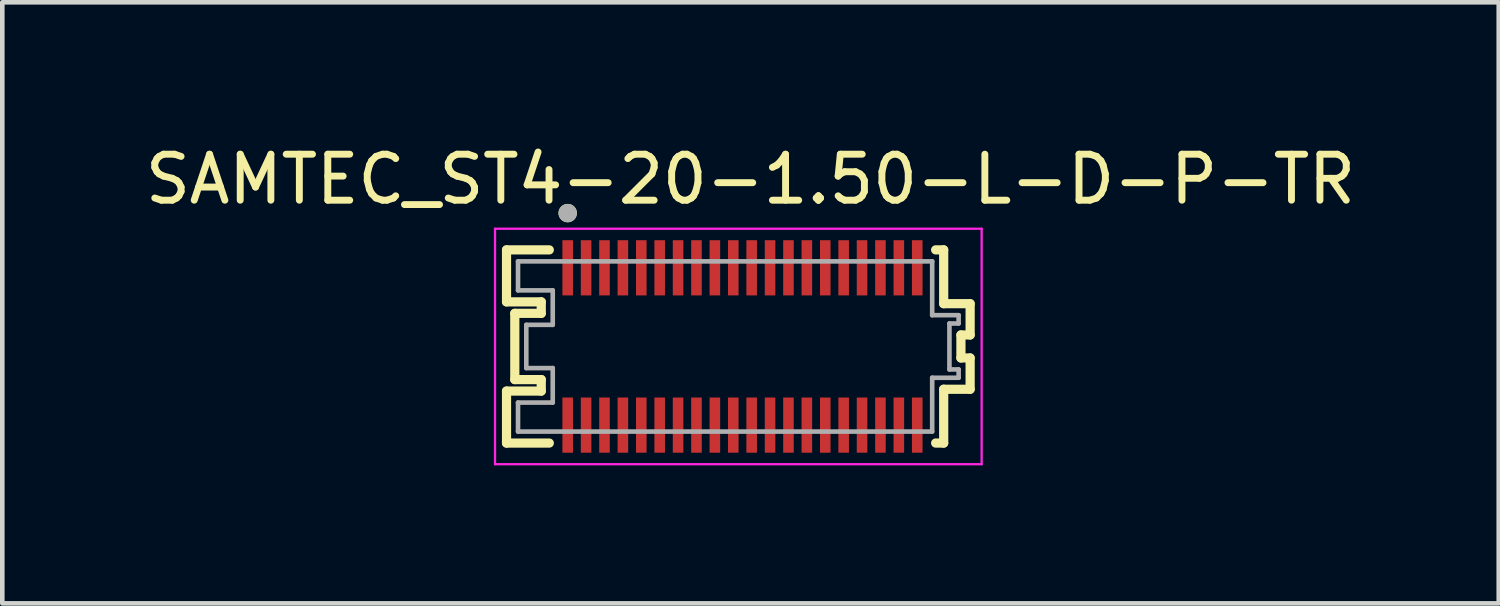
<source format=kicad_pcb>
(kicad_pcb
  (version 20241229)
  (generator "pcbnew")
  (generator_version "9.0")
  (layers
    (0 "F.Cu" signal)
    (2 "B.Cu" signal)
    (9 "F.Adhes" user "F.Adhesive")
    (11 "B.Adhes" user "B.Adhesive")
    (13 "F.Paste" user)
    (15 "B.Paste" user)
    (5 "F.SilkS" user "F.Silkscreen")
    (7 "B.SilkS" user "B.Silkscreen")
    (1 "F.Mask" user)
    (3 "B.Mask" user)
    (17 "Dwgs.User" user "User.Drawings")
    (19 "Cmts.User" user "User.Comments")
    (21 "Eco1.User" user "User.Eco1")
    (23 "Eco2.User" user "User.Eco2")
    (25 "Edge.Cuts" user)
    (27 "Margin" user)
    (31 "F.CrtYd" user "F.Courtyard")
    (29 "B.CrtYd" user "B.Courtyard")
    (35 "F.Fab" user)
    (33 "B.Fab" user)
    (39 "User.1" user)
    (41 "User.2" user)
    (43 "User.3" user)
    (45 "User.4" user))
  (footprint "SAMTEC_ST4-20-1.50-L-D-P-TR"
    (layer "F.Cu")
    (at 13.093 4.483)
    (property "Reference" "SAMTEC_ST4-20-1.50-L-D-P-TR" (at 0.175 -3.635 0) (layer "F.SilkS") (effects (font (size 1 1) (thickness 0.15))))
    (attr smd)
    (fp_line (start -5.13 -2.1) (end -4.2 -2.1) (stroke (width 0.2) (type solid)) (layer "F.SilkS"))
    (fp_line (start -5.13 -0.97) (end -5.13 -2.1) (stroke (width 0.2) (type solid)) (layer "F.SilkS"))
    (fp_line (start -5.13 0.97) (end -4.375 0.97) (stroke (width 0.2) (type solid)) (layer "F.SilkS"))
    (fp_line (start -5.13 2.1) (end -5.13 0.97) (stroke (width 0.2) (type solid)) (layer "F.SilkS"))
    (fp_line (start -4.95 -0.72) (end -4.375 -0.72) (stroke (width 0.2) (type solid)) (layer "F.SilkS"))
    (fp_line (start -4.95 0.72) (end -4.95 -0.72) (stroke (width 0.2) (type solid)) (layer "F.SilkS"))
    (fp_line (start -4.375 -0.97) (end -5.13 -0.97) (stroke (width 0.2) (type solid)) (layer "F.SilkS"))
    (fp_line (start -4.375 -0.72) (end -4.375 -0.97) (stroke (width 0.2) (type solid)) (layer "F.SilkS"))
    (fp_line (start -4.375 0.72) (end -4.95 0.72) (stroke (width 0.2) (type solid)) (layer "F.SilkS"))
    (fp_line (start -4.375 0.97) (end -4.375 0.72) (stroke (width 0.2) (type solid)) (layer "F.SilkS"))
    (fp_line (start -4.2 2.1) (end -5.13 2.1) (stroke (width 0.2) (type solid)) (layer "F.SilkS"))
    (fp_line (start 4.2 -2.1) (end 4.375 -2.1) (stroke (width 0.2) (type solid)) (layer "F.SilkS"))
    (fp_line (start 4.2 2.1) (end 4.375 2.1) (stroke (width 0.2) (type solid)) (layer "F.SilkS"))
    (fp_line (start 4.375 -2.1) (end 4.375 -0.93) (stroke (width 0.2) (type solid)) (layer "F.SilkS"))
    (fp_line (start 4.375 -0.93) (end 4.95 -0.93) (stroke (width 0.2) (type solid)) (layer "F.SilkS"))
    (fp_line (start 4.375 0.93) (end 4.375 2.1) (stroke (width 0.2) (type solid)) (layer "F.SilkS"))
    (fp_line (start 4.75 -0.25) (end 4.75 0.25) (stroke (width 0.2) (type solid)) (layer "F.SilkS"))
    (fp_line (start 4.75 0.25) (end 4.95 0.25) (stroke (width 0.2) (type solid)) (layer "F.SilkS"))
    (fp_line (start 4.95 -0.93) (end 4.95 -0.25) (stroke (width 0.2) (type solid)) (layer "F.SilkS"))
    (fp_line (start 4.95 -0.25) (end 4.75 -0.25) (stroke (width 0.2) (type solid)) (layer "F.SilkS"))
    (fp_line (start 4.95 0.25) (end 4.95 0.93) (stroke (width 0.2) (type solid)) (layer "F.SilkS"))
    (fp_line (start 4.95 0.93) (end 4.375 0.93) (stroke (width 0.2) (type solid)) (layer "F.SilkS"))
    (fp_circle (center -3.8 -2.9) (end -3.7 -2.9) (stroke (width 0.2) (type solid)) (fill no) (layer "F.SilkS"))
    (fp_poly (pts (xy -3.9 -2.31) (xy -3.7 -2.31) (xy -3.7 -1.11) (xy -3.9 -1.11)) (stroke (width 0.01) (type solid)) (fill yes) (layer "F.Paste"))
    (fp_poly (pts (xy -3.9 1.11) (xy -3.7 1.11) (xy -3.7 2.31) (xy -3.9 2.31)) (stroke (width 0.01) (type solid)) (fill yes) (layer "F.Paste"))
    (fp_poly (pts (xy -3.5 -2.31) (xy -3.3 -2.31) (xy -3.3 -1.11) (xy -3.5 -1.11)) (stroke (width 0.01) (type solid)) (fill yes) (layer "F.Paste"))
    (fp_poly (pts (xy -3.5 1.11) (xy -3.3 1.11) (xy -3.3 2.31) (xy -3.5 2.31)) (stroke (width 0.01) (type solid)) (fill yes) (layer "F.Paste"))
    (fp_poly (pts (xy -3.1 -2.31) (xy -2.9 -2.31) (xy -2.9 -1.11) (xy -3.1 -1.11)) (stroke (width 0.01) (type solid)) (fill yes) (layer "F.Paste"))
    (fp_poly (pts (xy -3.1 1.11) (xy -2.9 1.11) (xy -2.9 2.31) (xy -3.1 2.31)) (stroke (width 0.01) (type solid)) (fill yes) (layer "F.Paste"))
    (fp_poly (pts (xy -2.7 -2.31) (xy -2.5 -2.31) (xy -2.5 -1.11) (xy -2.7 -1.11)) (stroke (width 0.01) (type solid)) (fill yes) (layer "F.Paste"))
    (fp_poly (pts (xy -2.7 1.11) (xy -2.5 1.11) (xy -2.5 2.31) (xy -2.7 2.31)) (stroke (width 0.01) (type solid)) (fill yes) (layer "F.Paste"))
    (fp_poly (pts (xy -2.7 1.11) (xy -2.5 1.11) (xy -2.5 2.31) (xy -2.7 2.31)) (stroke (width 0.01) (type solid)) (fill yes) (layer "F.Paste"))
    (fp_poly (pts (xy -2.3 -2.31) (xy -2.1 -2.31) (xy -2.1 -1.11) (xy -2.3 -1.11)) (stroke (width 0.01) (type solid)) (fill yes) (layer "F.Paste"))
    (fp_poly (pts (xy -2.3 1.11) (xy -2.1 1.11) (xy -2.1 2.31) (xy -2.3 2.31)) (stroke (width 0.01) (type solid)) (fill yes) (layer "F.Paste"))
    (fp_poly (pts (xy -1.9 -2.31) (xy -1.7 -2.31) (xy -1.7 -1.11) (xy -1.9 -1.11)) (stroke (width 0.01) (type solid)) (fill yes) (layer "F.Paste"))
    (fp_poly (pts (xy -1.9 1.11) (xy -1.7 1.11) (xy -1.7 2.31) (xy -1.9 2.31)) (stroke (width 0.01) (type solid)) (fill yes) (layer "F.Paste"))
    (fp_poly (pts (xy -1.5 -2.31) (xy -1.3 -2.31) (xy -1.3 -1.11) (xy -1.5 -1.11)) (stroke (width 0.01) (type solid)) (fill yes) (layer "F.Paste"))
    (fp_poly (pts (xy -1.5 1.11) (xy -1.3 1.11) (xy -1.3 2.31) (xy -1.5 2.31)) (stroke (width 0.01) (type solid)) (fill yes) (layer "F.Paste"))
    (fp_poly (pts (xy -1.1 -2.31) (xy -0.9 -2.31) (xy -0.9 -1.11) (xy -1.1 -1.11)) (stroke (width 0.01) (type solid)) (fill yes) (layer "F.Paste"))
    (fp_poly (pts (xy -1.1 1.11) (xy -0.9 1.11) (xy -0.9 2.31) (xy -1.1 2.31)) (stroke (width 0.01) (type solid)) (fill yes) (layer "F.Paste"))
    (fp_poly (pts (xy -0.7 -2.31) (xy -0.5 -2.31) (xy -0.5 -1.11) (xy -0.7 -1.11)) (stroke (width 0.01) (type solid)) (fill yes) (layer "F.Paste"))
    (fp_poly (pts (xy -0.7 1.11) (xy -0.5 1.11) (xy -0.5 2.31) (xy -0.7 2.31)) (stroke (width 0.01) (type solid)) (fill yes) (layer "F.Paste"))
    (fp_poly (pts (xy -0.3 -2.31) (xy -0.1 -2.31) (xy -0.1 -1.11) (xy -0.3 -1.11)) (stroke (width 0.01) (type solid)) (fill yes) (layer "F.Paste"))
    (fp_poly (pts (xy -0.3 1.11) (xy -0.1 1.11) (xy -0.1 2.31) (xy -0.3 2.31)) (stroke (width 0.01) (type solid)) (fill yes) (layer "F.Paste"))
    (fp_poly (pts (xy 0.1 -2.31) (xy 0.3 -2.31) (xy 0.3 -1.11) (xy 0.1 -1.11)) (stroke (width 0.01) (type solid)) (fill yes) (layer "F.Paste"))
    (fp_poly (pts (xy 0.1 1.11) (xy 0.3 1.11) (xy 0.3 2.31) (xy 0.1 2.31)) (stroke (width 0.01) (type solid)) (fill yes) (layer "F.Paste"))
    (fp_poly (pts (xy 0.5 -2.31) (xy 0.7 -2.31) (xy 0.7 -1.11) (xy 0.5 -1.11)) (stroke (width 0.01) (type solid)) (fill yes) (layer "F.Paste"))
    (fp_poly (pts (xy 0.5 1.11) (xy 0.7 1.11) (xy 0.7 2.31) (xy 0.5 2.31)) (stroke (width 0.01) (type solid)) (fill yes) (layer "F.Paste"))
    (fp_poly (pts (xy 0.9 -2.31) (xy 1.1 -2.31) (xy 1.1 -1.11) (xy 0.9 -1.11)) (stroke (width 0.01) (type solid)) (fill yes) (layer "F.Paste"))
    (fp_poly (pts (xy 0.9 1.11) (xy 1.1 1.11) (xy 1.1 2.31) (xy 0.9 2.31)) (stroke (width 0.01) (type solid)) (fill yes) (layer "F.Paste"))
    (fp_poly (pts (xy 1.3 -2.31) (xy 1.5 -2.31) (xy 1.5 -1.11) (xy 1.3 -1.11)) (stroke (width 0.01) (type solid)) (fill yes) (layer "F.Paste"))
    (fp_poly (pts (xy 1.3 1.11) (xy 1.5 1.11) (xy 1.5 2.31) (xy 1.3 2.31)) (stroke (width 0.01) (type solid)) (fill yes) (layer "F.Paste"))
    (fp_poly (pts (xy 1.7 -2.31) (xy 1.9 -2.31) (xy 1.9 -1.11) (xy 1.7 -1.11)) (stroke (width 0.01) (type solid)) (fill yes) (layer "F.Paste"))
    (fp_poly (pts (xy 1.7 1.11) (xy 1.9 1.11) (xy 1.9 2.31) (xy 1.7 2.31)) (stroke (width 0.01) (type solid)) (fill yes) (layer "F.Paste"))
    (fp_poly (pts (xy 2.1 -2.31) (xy 2.3 -2.31) (xy 2.3 -1.11) (xy 2.1 -1.11)) (stroke (width 0.01) (type solid)) (fill yes) (layer "F.Paste"))
    (fp_poly (pts (xy 2.1 1.11) (xy 2.3 1.11) (xy 2.3 2.31) (xy 2.1 2.31)) (stroke (width 0.01) (type solid)) (fill yes) (layer "F.Paste"))
    (fp_poly (pts (xy 2.5 -2.31) (xy 2.7 -2.31) (xy 2.7 -1.11) (xy 2.5 -1.11)) (stroke (width 0.01) (type solid)) (fill yes) (layer "F.Paste"))
    (fp_poly (pts (xy 2.5 -2.31) (xy 2.7 -2.31) (xy 2.7 -1.11) (xy 2.5 -1.11)) (stroke (width 0.01) (type solid)) (fill yes) (layer "F.Paste"))
    (fp_poly (pts (xy 2.5 1.11) (xy 2.7 1.11) (xy 2.7 2.31) (xy 2.5 2.31)) (stroke (width 0.01) (type solid)) (fill yes) (layer "F.Paste"))
    (fp_poly (pts (xy 2.9 -2.31) (xy 3.1 -2.31) (xy 3.1 -1.11) (xy 2.9 -1.11)) (stroke (width 0.01) (type solid)) (fill yes) (layer "F.Paste"))
    (fp_poly (pts (xy 2.9 1.11) (xy 3.1 1.11) (xy 3.1 2.31) (xy 2.9 2.31)) (stroke (width 0.01) (type solid)) (fill yes) (layer "F.Paste"))
    (fp_poly (pts (xy 3.3 -2.31) (xy 3.5 -2.31) (xy 3.5 -1.11) (xy 3.3 -1.11)) (stroke (width 0.01) (type solid)) (fill yes) (layer "F.Paste"))
    (fp_poly (pts (xy 3.3 1.11) (xy 3.5 1.11) (xy 3.5 2.31) (xy 3.3 2.31)) (stroke (width 0.01) (type solid)) (fill yes) (layer "F.Paste"))
    (fp_poly (pts (xy 3.7 -2.31) (xy 3.9 -2.31) (xy 3.9 -1.11) (xy 3.7 -1.11)) (stroke (width 0.01) (type solid)) (fill yes) (layer "F.Paste"))
    (fp_poly (pts (xy 3.7 1.11) (xy 3.9 1.11) (xy 3.9 2.31) (xy 3.7 2.31)) (stroke (width 0.01) (type solid)) (fill yes) (layer "F.Paste"))
    (fp_line (start -5.38 -2.56) (end 5.2 -2.56) (stroke (width 0.05) (type solid)) (layer "F.CrtYd"))
    (fp_line (start -5.38 2.56) (end -5.38 -2.56) (stroke (width 0.05) (type solid)) (layer "F.CrtYd"))
    (fp_line (start 5.2 -2.56) (end 5.2 2.56) (stroke (width 0.05) (type solid)) (layer "F.CrtYd"))
    (fp_line (start 5.2 2.56) (end -5.38 2.56) (stroke (width 0.05) (type solid)) (layer "F.CrtYd"))
    (fp_line (start -4.88 -1.85) (end 4.125 -1.85) (stroke (width 0.1) (type solid)) (layer "F.Fab"))
    (fp_line (start -4.88 -1.22) (end -4.88 -1.85) (stroke (width 0.1) (type solid)) (layer "F.Fab"))
    (fp_line (start -4.88 1.22) (end -4.125 1.22) (stroke (width 0.1) (type solid)) (layer "F.Fab"))
    (fp_line (start -4.88 1.85) (end -4.88 1.22) (stroke (width 0.1) (type solid)) (layer "F.Fab"))
    (fp_line (start -4.7 -0.47) (end -4.125 -0.47) (stroke (width 0.1) (type solid)) (layer "F.Fab"))
    (fp_line (start -4.7 0.47) (end -4.7 -0.47) (stroke (width 0.1) (type solid)) (layer "F.Fab"))
    (fp_line (start -4.125 -1.22) (end -4.88 -1.22) (stroke (width 0.1) (type solid)) (layer "F.Fab"))
    (fp_line (start -4.125 -0.47) (end -4.125 -1.22) (stroke (width 0.1) (type solid)) (layer "F.Fab"))
    (fp_line (start -4.125 0.47) (end -4.7 0.47) (stroke (width 0.1) (type solid)) (layer "F.Fab"))
    (fp_line (start -4.125 1.22) (end -4.125 0.47) (stroke (width 0.1) (type solid)) (layer "F.Fab"))
    (fp_line (start 4.125 -1.85) (end 4.125 -0.68) (stroke (width 0.1) (type solid)) (layer "F.Fab"))
    (fp_line (start 4.125 -0.68) (end 4.7 -0.68) (stroke (width 0.1) (type solid)) (layer "F.Fab"))
    (fp_line (start 4.125 0.68) (end 4.125 1.85) (stroke (width 0.1) (type solid)) (layer "F.Fab"))
    (fp_line (start 4.125 1.85) (end -4.88 1.85) (stroke (width 0.1) (type solid)) (layer "F.Fab"))
    (fp_line (start 4.5 -0.5) (end 4.5 0.5) (stroke (width 0.1) (type solid)) (layer "F.Fab"))
    (fp_line (start 4.5 0.5) (end 4.7 0.5) (stroke (width 0.1) (type solid)) (layer "F.Fab"))
    (fp_line (start 4.7 -0.68) (end 4.7 -0.5) (stroke (width 0.1) (type solid)) (layer "F.Fab"))
    (fp_line (start 4.7 -0.5) (end 4.5 -0.5) (stroke (width 0.1) (type solid)) (layer "F.Fab"))
    (fp_line (start 4.7 0.5) (end 4.7 0.68) (stroke (width 0.1) (type solid)) (layer "F.Fab"))
    (fp_line (start 4.7 0.68) (end 4.125 0.68) (stroke (width 0.1) (type solid)) (layer "F.Fab"))
    (fp_circle (center -3.8 -2.9) (end -3.7 -2.9) (stroke (width 0.2) (type solid)) (fill no) (layer "F.Fab"))
    (pad "01" smd rect (at -3.8 -1.71) (size 0.23 1.2) (layers "F.Cu" "F.Mask"))
    (pad "02" smd rect (at -3.8 1.71) (size 0.23 1.2) (layers "F.Cu" "F.Mask"))
    (pad "03" smd rect (at -3.4 -1.71) (size 0.23 1.2) (layers "F.Cu" "F.Mask"))
    (pad "04" smd rect (at -3.4 1.71) (size 0.23 1.2) (layers "F.Cu" "F.Mask"))
    (pad "05" smd rect (at -3 -1.71) (size 0.23 1.2) (layers "F.Cu" "F.Mask"))
    (pad "06" smd rect (at -3 1.71) (size 0.23 1.2) (layers "F.Cu" "F.Mask"))
    (pad "07" smd rect (at -2.6 -1.71) (size 0.23 1.2) (layers "F.Cu" "F.Mask"))
    (pad "08" smd rect (at -2.6 1.71) (size 0.23 1.2) (layers "F.Cu" "F.Mask"))
    (pad "09" smd rect (at -2.2 -1.71) (size 0.23 1.2) (layers "F.Cu" "F.Mask"))
    (pad "10" smd rect (at -2.2 1.71) (size 0.23 1.2) (layers "F.Cu" "F.Mask"))
    (pad "11" smd rect (at -1.8 -1.71) (size 0.23 1.2) (layers "F.Cu" "F.Mask"))
    (pad "12" smd rect (at -1.8 1.71) (size 0.23 1.2) (layers "F.Cu" "F.Mask"))
    (pad "13" smd rect (at -1.4 -1.71) (size 0.23 1.2) (layers "F.Cu" "F.Mask"))
    (pad "14" smd rect (at -1.4 1.71) (size 0.23 1.2) (layers "F.Cu" "F.Mask"))
    (pad "15" smd rect (at -1 -1.71) (size 0.23 1.2) (layers "F.Cu" "F.Mask"))
    (pad "16" smd rect (at -1 1.71) (size 0.23 1.2) (layers "F.Cu" "F.Mask"))
    (pad "17" smd rect (at -0.6 -1.71) (size 0.23 1.2) (layers "F.Cu" "F.Mask"))
    (pad "18" smd rect (at -0.6 1.71) (size 0.23 1.2) (layers "F.Cu" "F.Mask"))
    (pad "19" smd rect (at -0.2 -1.71) (size 0.23 1.2) (layers "F.Cu" "F.Mask"))
    (pad "20" smd rect (at -0.2 1.71) (size 0.23 1.2) (layers "F.Cu" "F.Mask"))
    (pad "21" smd rect (at 0.2 -1.71) (size 0.23 1.2) (layers "F.Cu" "F.Mask"))
    (pad "22" smd rect (at 0.2 1.71) (size 0.23 1.2) (layers "F.Cu" "F.Mask"))
    (pad "23" smd rect (at 0.6 -1.71) (size 0.23 1.2) (layers "F.Cu" "F.Mask"))
    (pad "24" smd rect (at 0.6 1.71) (size 0.23 1.2) (layers "F.Cu" "F.Mask"))
    (pad "25" smd rect (at 1 -1.71) (size 0.23 1.2) (layers "F.Cu" "F.Mask"))
    (pad "26" smd rect (at 1 1.71) (size 0.23 1.2) (layers "F.Cu" "F.Mask"))
    (pad "27" smd rect (at 1.4 -1.71) (size 0.23 1.2) (layers "F.Cu" "F.Mask"))
    (pad "28" smd rect (at 1.4 1.71) (size 0.23 1.2) (layers "F.Cu" "F.Mask"))
    (pad "29" smd rect (at 1.8 -1.71) (size 0.23 1.2) (layers "F.Cu" "F.Mask"))
    (pad "30" smd rect (at 1.8 1.71) (size 0.23 1.2) (layers "F.Cu" "F.Mask"))
    (pad "31" smd rect (at 2.2 -1.71) (size 0.23 1.2) (layers "F.Cu" "F.Mask"))
    (pad "32" smd rect (at 2.2 1.71) (size 0.23 1.2) (layers "F.Cu" "F.Mask"))
    (pad "33" smd rect (at 2.6 -1.71) (size 0.23 1.2) (layers "F.Cu" "F.Mask"))
    (pad "34" smd rect (at 2.6 1.71) (size 0.23 1.2) (layers "F.Cu" "F.Mask"))
    (pad "35" smd rect (at 3 -1.71) (size 0.23 1.2) (layers "F.Cu" "F.Mask"))
    (pad "36" smd rect (at 3 1.71) (size 0.23 1.2) (layers "F.Cu" "F.Mask"))
    (pad "37" smd rect (at 3.4 -1.71) (size 0.23 1.2) (layers "F.Cu" "F.Mask"))
    (pad "38" smd rect (at 3.4 1.71) (size 0.23 1.2) (layers "F.Cu" "F.Mask"))
    (pad "39" smd rect (at 3.8 -1.71) (size 0.23 1.2) (layers "F.Cu" "F.Mask"))
    (pad "40" smd rect (at 3.8 1.71) (size 0.23 1.2) (layers "F.Cu" "F.Mask"))
    (zone (net_name "") (layers "F.Cu" "B.Cu") (hatch full 0.508) (connect_pads) (min_thickness 0.01) (filled_areas_thickness no) (keepout (tracks allowed) (vias not_allowed) (pads allowed) (copperpour allowed) (footprints allowed)) (placement (enabled no)) (fill) (polygon (pts (xy 9.178 3.373) (xy 17.008 3.373) (xy 17.008 5.593) (xy 9.178 5.593)))))
  (gr_rect
    (start -3 -3)
    (end 29.536 10.068)
    (stroke (width 0.1) (type default))
    (fill no)
    (layer "Edge.Cuts")))
</source>
